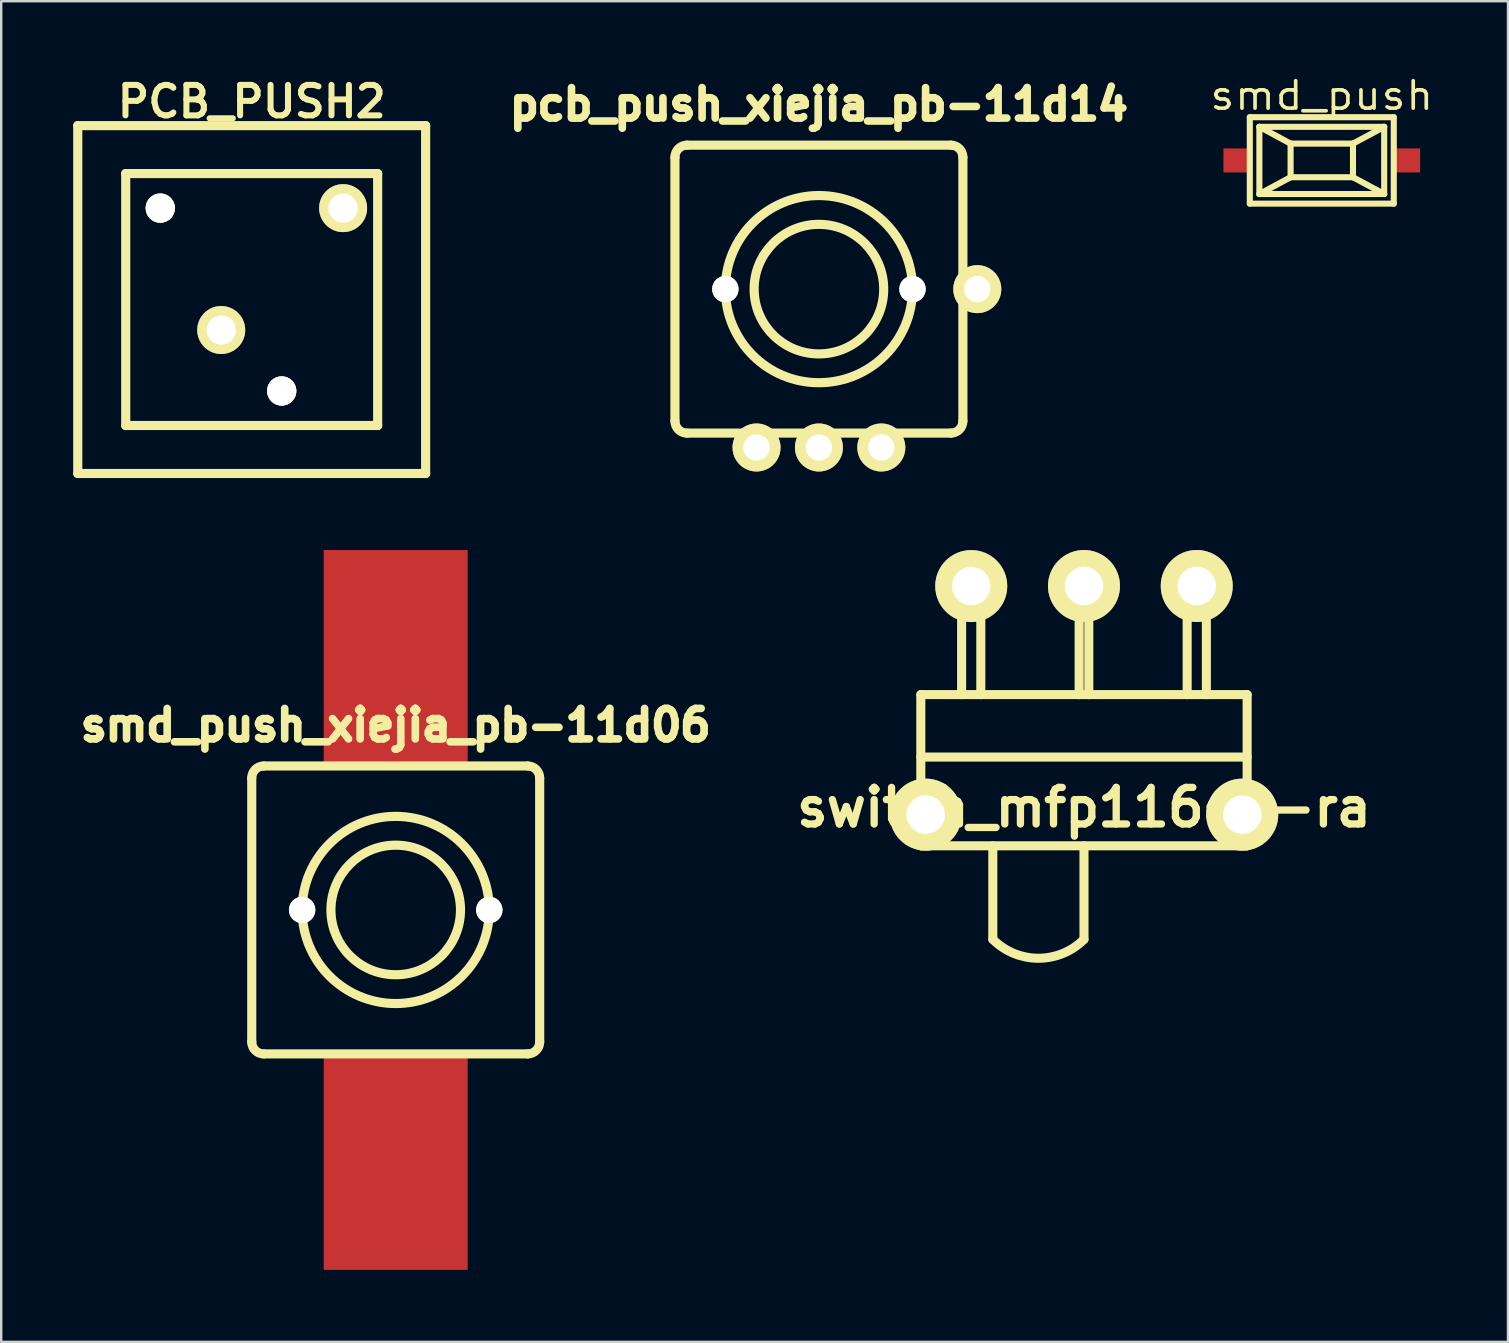
<source format=kicad_pcb>
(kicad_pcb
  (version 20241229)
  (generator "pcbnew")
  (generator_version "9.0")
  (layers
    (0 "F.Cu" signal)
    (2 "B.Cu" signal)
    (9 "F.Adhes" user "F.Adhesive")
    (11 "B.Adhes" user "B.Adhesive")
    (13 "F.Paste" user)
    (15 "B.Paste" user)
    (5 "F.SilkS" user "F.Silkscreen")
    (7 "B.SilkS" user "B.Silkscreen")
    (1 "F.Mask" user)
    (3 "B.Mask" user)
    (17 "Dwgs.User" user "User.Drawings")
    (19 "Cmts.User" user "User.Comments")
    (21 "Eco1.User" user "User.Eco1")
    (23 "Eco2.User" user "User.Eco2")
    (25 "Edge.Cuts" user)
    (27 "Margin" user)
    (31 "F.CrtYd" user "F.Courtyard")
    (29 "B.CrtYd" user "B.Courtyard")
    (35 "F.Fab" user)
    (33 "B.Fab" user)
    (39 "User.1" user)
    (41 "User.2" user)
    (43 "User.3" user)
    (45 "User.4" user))
  (footprint "smd_push"
    (layer "F.Cu")
    (at 52.038 3.636)
    (property "Reference" "smd_push" (at 0 -2.7 0) (layer "F.SilkS") (effects (font (size 1.143 1.27) (thickness 0.152))))
    (attr through_hole)
    (fp_line (start -3 -1.801) (end 3 -1.801) (stroke (width 0.254) (type solid)) (layer "F.SilkS"))
    (fp_line (start -3 1.801) (end -3 -1.801) (stroke (width 0.254) (type solid)) (layer "F.SilkS"))
    (fp_line (start -2.601 -1.4) (end -1.3 -0.701) (stroke (width 0.254) (type solid)) (layer "F.SilkS"))
    (fp_line (start -2.601 -1.4) (end 2.601 -1.4) (stroke (width 0.254) (type solid)) (layer "F.SilkS"))
    (fp_line (start -2.601 1.4) (end -2.601 -1.4) (stroke (width 0.254) (type solid)) (layer "F.SilkS"))
    (fp_line (start -1.3 -0.701) (end 1.3 -0.701) (stroke (width 0.254) (type solid)) (layer "F.SilkS"))
    (fp_line (start -1.3 0.701) (end -2.601 1.4) (stroke (width 0.254) (type solid)) (layer "F.SilkS"))
    (fp_line (start -1.3 0.701) (end -1.3 -0.701) (stroke (width 0.254) (type solid)) (layer "F.SilkS"))
    (fp_line (start 1.3 -0.701) (end 1.3 0.701) (stroke (width 0.254) (type solid)) (layer "F.SilkS"))
    (fp_line (start 1.3 -0.701) (end 2.601 -1.4) (stroke (width 0.254) (type solid)) (layer "F.SilkS"))
    (fp_line (start 1.3 0.701) (end -1.3 0.701) (stroke (width 0.254) (type solid)) (layer "F.SilkS"))
    (fp_line (start 1.3 0.701) (end 2.601 1.4) (stroke (width 0.254) (type solid)) (layer "F.SilkS"))
    (fp_line (start 2.601 -1.4) (end 2.601 1.4) (stroke (width 0.254) (type solid)) (layer "F.SilkS"))
    (fp_line (start 2.601 1.4) (end -2.601 1.4) (stroke (width 0.254) (type solid)) (layer "F.SilkS"))
    (fp_line (start 3 -1.801) (end 3 1.801) (stroke (width 0.254) (type solid)) (layer "F.SilkS"))
    (fp_line (start 3 1.801) (end -3 1.801) (stroke (width 0.254) (type solid)) (layer "F.SilkS"))
    (pad "1" smd rect (at -3.599 0) (size 1.001 1.001) (layers "F.Cu" "F.Mask" "F.Paste"))
    (pad "2" smd rect (at 3.599 0) (size 1.001 1.001) (layers "F.Cu" "F.Mask" "F.Paste")))
  (footprint "PCB_PUSH2"
    (layer "F.Cu")
    (at 7.44 9.434)
    (property "Reference" "PCB_PUSH2" (at 0 -8.25 0) (layer "F.SilkS") (effects (font (size 1.27 1.27) (thickness 0.251))))
    (attr through_hole)
    (fp_line (start -7.249 7.249) (end -7.249 -7.249) (stroke (width 0.381) (type solid)) (layer "F.SilkS"))
    (fp_line (start -7.249 7.249) (end 7.249 7.249) (stroke (width 0.381) (type solid)) (layer "F.SilkS"))
    (fp_line (start -5.25 -5.25) (end 5.25 -5.25) (stroke (width 0.381) (type solid)) (layer "F.SilkS"))
    (fp_line (start -5.25 5.25) (end -5.25 -5.25) (stroke (width 0.381) (type solid)) (layer "F.SilkS"))
    (fp_line (start 5.25 -5.25) (end 5.25 5.25) (stroke (width 0.381) (type solid)) (layer "F.SilkS"))
    (fp_line (start 5.25 5.25) (end -5.25 5.25) (stroke (width 0.381) (type solid)) (layer "F.SilkS"))
    (fp_line (start 7.249 -7.249) (end -7.249 -7.249) (stroke (width 0.381) (type solid)) (layer "F.SilkS"))
    (fp_line (start 7.249 7.249) (end 7.249 -7.249) (stroke (width 0.381) (type solid)) (layer "F.SilkS"))
    (pad "" thru_hole circle (at -3.81 -3.81) (size 1.219 1.219) (drill 1.219) (layers "*.Cu" "*.Mask" "F.SilkS"))
    (pad "" thru_hole circle (at 1.25 3.81) (size 1.219 1.219) (drill 1.219) (layers "*.Cu" "*.Mask" "F.SilkS"))
    (pad "1" thru_hole circle (at 3.81 -3.81) (size 1.999 1.999) (drill 1.219) (layers "*.Cu" "*.Mask" "F.SilkS"))
    (pad "2" thru_hole circle (at -1.27 1.27) (size 1.999 1.999) (drill 1.219) (layers "*.Cu" "*.Mask" "F.SilkS")))
  (footprint "smd_push_xiejia_pb-11d06"
    (layer "F.Cu")
    (at 13.442 34.874)
    (property "Reference" "smd_push_xiejia_pb-11d06" (at 0 -7.7 0) (layer "F.SilkS") (effects (font (size 1.27 1.27) (thickness 0.318))))
    (attr through_hole)
    (fp_line (start -6 5.5) (end -6 -5.5) (stroke (width 0.381) (type solid)) (layer "F.SilkS"))
    (fp_line (start -5.5 -6) (end 5.5 -6) (stroke (width 0.381) (type solid)) (layer "F.SilkS"))
    (fp_line (start 5.5 6) (end -5.5 6) (stroke (width 0.381) (type solid)) (layer "F.SilkS"))
    (fp_line (start 6 -5.5) (end 6 5.5) (stroke (width 0.381) (type solid)) (layer "F.SilkS"))
    (fp_arc (start -6 -5.5) (mid -5.853553 -5.853553) (end -5.5 -6) (stroke (width 0.381) (type solid)) (layer "F.SilkS"))
    (fp_arc (start -5.5 6) (mid -5.853553 5.853553) (end -6 5.5) (stroke (width 0.381) (type solid)) (layer "F.SilkS"))
    (fp_arc (start 5.5 -6) (mid 5.853553 -5.853553) (end 6 -5.5) (stroke (width 0.381) (type solid)) (layer "F.SilkS"))
    (fp_arc (start 6 5.5) (mid 5.853553 5.853553) (end 5.5 6) (stroke (width 0.381) (type solid)) (layer "F.SilkS"))
    (fp_circle (center 0 0) (end 2.7 0) (stroke (width 0.381) (type solid)) (fill no) (layer "F.SilkS"))
    (fp_circle (center 0 0) (end 3.9 0) (stroke (width 0.381) (type solid)) (fill no) (layer "F.SilkS"))
    (pad "" np_thru_hole circle (at -3.9 0) (size 1.1 1.1) (drill 1.1) (layers "*.Cu" "*.Mask" "F.SilkS"))
    (pad "" np_thru_hole circle (at 3.9 0) (size 1.1 1.1) (drill 1.1) (layers "*.Cu" "*.Mask" "F.SilkS"))
    (pad "1" smd rect (at 0 -10.5) (size 6 9) (layers "F.Cu" "F.Mask" "F.Paste"))
    (pad "2" smd rect (at 0 10.5) (size 6 9) (layers "F.Cu" "F.Mask" "F.Paste")))
  (footprint "pcb_push_xiejia_pb-11d14"
    (layer "F.Cu")
    (at 31.08 9)
    (property "Reference" "pcb_push_xiejia_pb-11d14" (at 0 -7.7 0) (layer "F.SilkS") (effects (font (size 1.27 1.27) (thickness 0.318))))
    (attr through_hole)
    (fp_line (start -6 5.5) (end -6 -5.5) (stroke (width 0.381) (type solid)) (layer "F.SilkS"))
    (fp_line (start -5.5 -6) (end 5.5 -6) (stroke (width 0.381) (type solid)) (layer "F.SilkS"))
    (fp_line (start 5.5 6) (end -5.5 6) (stroke (width 0.381) (type solid)) (layer "F.SilkS"))
    (fp_line (start 6 -5.5) (end 6 5.5) (stroke (width 0.381) (type solid)) (layer "F.SilkS"))
    (fp_arc (start -6 -5.5) (mid -5.853553 -5.853553) (end -5.5 -6) (stroke (width 0.381) (type solid)) (layer "F.SilkS"))
    (fp_arc (start -5.5 6) (mid -5.853553 5.853553) (end -6 5.5) (stroke (width 0.381) (type solid)) (layer "F.SilkS"))
    (fp_arc (start 5.5 -6) (mid 5.853553 -5.853553) (end 6 -5.5) (stroke (width 0.381) (type solid)) (layer "F.SilkS"))
    (fp_arc (start 6 5.5) (mid 5.853553 5.853553) (end 5.5 6) (stroke (width 0.381) (type solid)) (layer "F.SilkS"))
    (fp_circle (center 0 0) (end 2.7 0) (stroke (width 0.381) (type solid)) (fill no) (layer "F.SilkS"))
    (fp_circle (center 0 0) (end 3.9 0) (stroke (width 0.381) (type solid)) (fill no) (layer "F.SilkS"))
    (pad "" np_thru_hole circle (at -3.9 0) (size 1.1 1.1) (drill 1.1) (layers "*.Cu" "*.Mask" "F.SilkS"))
    (pad "" np_thru_hole circle (at 3.9 0) (size 1.1 1.1) (drill 1.1) (layers "*.Cu" "*.Mask" "F.SilkS"))
    (pad "1" thru_hole circle (at 0 6.6) (size 2 2) (drill 1.1) (layers "*.Cu" "*.Mask" "F.SilkS"))
    (pad "2" thru_hole circle (at 2.6 6.6) (size 2 2) (drill 1.1) (layers "*.Cu" "*.Mask" "F.SilkS"))
    (pad "3" thru_hole circle (at -2.6 6.6) (size 2 2) (drill 1.1) (layers "*.Cu" "*.Mask" "F.SilkS"))
    (pad "4" thru_hole circle (at 6.6 0) (size 2 2) (drill 1.1) (layers "*.Cu" "*.Mask" "F.SilkS")))
  (footprint "switch_mfp116dg-ra"
    (layer "F.Cu")
    (at 42.127 30.901)
    (property "Reference" "switch_mfp116dg-ra" (at 0 -0.3 0) (layer "F.SilkS") (effects (font (size 1.524 1.524) (thickness 0.305))))
    (attr through_hole)
    (fp_line (start -6.8 -5.001) (end -6.8 1.3) (stroke (width 0.378) (type solid)) (layer "F.SilkS"))
    (fp_line (start -6.8 -2.4) (end 6.8 -2.4) (stroke (width 0.378) (type solid)) (layer "F.SilkS"))
    (fp_line (start -6.8 1.3) (end 6.8 1.3) (stroke (width 0.378) (type solid)) (layer "F.SilkS"))
    (fp_line (start -5.1 -9.5) (end -5.1 -5.001) (stroke (width 0.378) (type solid)) (layer "F.SilkS"))
    (fp_line (start -5.1 -9.5) (end -4.3 -9.5) (stroke (width 0.378) (type solid)) (layer "F.SilkS"))
    (fp_line (start -4.3 -9.5) (end -4.3 -5.001) (stroke (width 0.378) (type solid)) (layer "F.SilkS"))
    (fp_line (start -3.8 5.199) (end -3.8 1.3) (stroke (width 0.378) (type solid)) (layer "F.SilkS"))
    (fp_line (start -0.201 -9.5) (end 0.201 -9.5) (stroke (width 0.378) (type solid)) (layer "F.SilkS"))
    (fp_line (start -0.201 -5.001) (end -0.201 -9.5) (stroke (width 0.378) (type solid)) (layer "F.SilkS"))
    (fp_line (start 0 5.199) (end 0 1.3) (stroke (width 0.378) (type solid)) (layer "F.SilkS"))
    (fp_line (start 0.201 -9.5) (end 0.201 -5.001) (stroke (width 0.378) (type solid)) (layer "F.SilkS"))
    (fp_line (start 4.3 -9.5) (end 4.3 -5.001) (stroke (width 0.378) (type solid)) (layer "F.SilkS"))
    (fp_line (start 5.1 -9.5) (end 4.3 -9.5) (stroke (width 0.378) (type solid)) (layer "F.SilkS"))
    (fp_line (start 5.1 -5.001) (end 5.1 -9.5) (stroke (width 0.378) (type solid)) (layer "F.SilkS"))
    (fp_line (start 6.8 -5.001) (end -6.8 -5.001) (stroke (width 0.378) (type solid)) (layer "F.SilkS"))
    (fp_line (start 6.8 1.3) (end 6.8 -5.001) (stroke (width 0.378) (type solid)) (layer "F.SilkS"))
    (fp_arc (start 0 5.19938) (mid -1.89992 5.986353) (end -3.79984 5.19938) (stroke (width 0.37846) (type solid)) (layer "F.SilkS"))
    (pad "" thru_hole circle (at -6.596 0) (size 3 3) (drill 1.6) (layers "*.Cu" "*.Mask" "F.SilkS"))
    (pad "" thru_hole circle (at 6.596 0) (size 3 3) (drill 1.6) (layers "*.Cu" "*.Mask" "F.SilkS"))
    (pad "1" thru_hole circle (at -4.699 -9.525) (size 3 3) (drill 1.6) (layers "*.Cu" "*.Mask" "F.SilkS"))
    (pad "2" thru_hole circle (at 0 -9.528) (size 3 3) (drill 1.6) (layers "*.Cu" "*.Mask" "F.SilkS"))
    (pad "3" thru_hole circle (at 4.699 -9.528) (size 3 3) (drill 1.6) (layers "*.Cu" "*.Mask" "F.SilkS")))
  (gr_rect
    (start -3 -3)
    (end 59.797 52.874)
    (stroke (width 0.1) (type default))
    (fill no)
    (layer "Edge.Cuts")))
</source>
